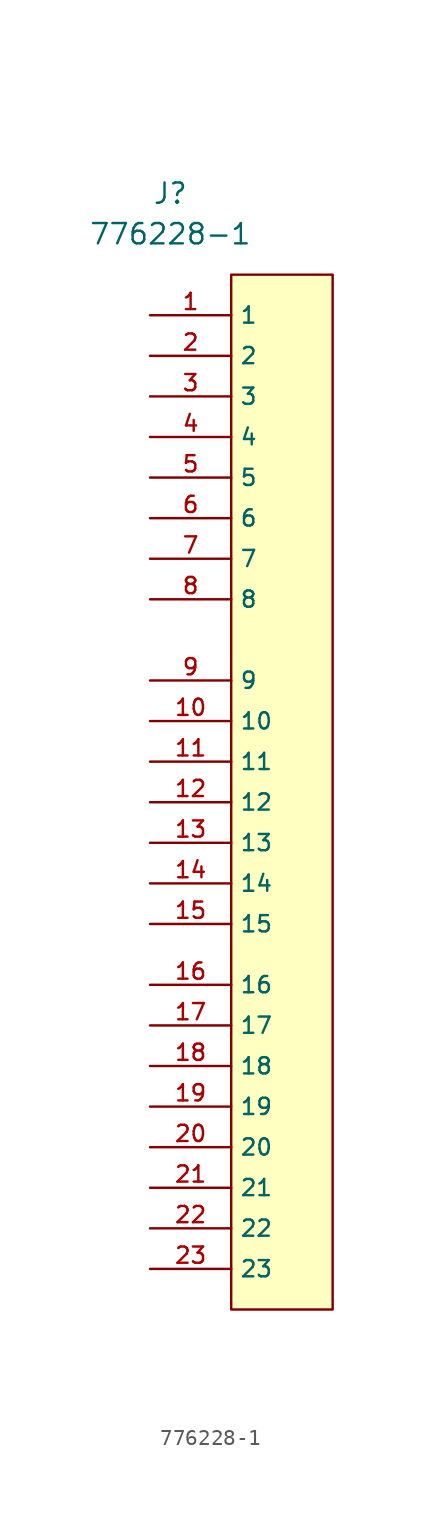
<source format=kicad_sym>
(kicad_symbol_lib
  (version 20220914)
  (generator kicad_symbol_editor)
  (symbol "776228-1"
    (property "Reference" "J"
      (at 1.27 7.62 0)
      (effects (font (size 1.27 1.27))))
    (property "Value" "776228-1"
      (at 1.27 5.08 0)
      (effects (font (size 1.27 1.27))))
    (symbol "776228-1_1_0"
      (pin passive line (at 0 0 0) (length 5.08) (name "1" (effects (font (size 1.016 1.016)))) (number "1" (effects (font (size 1.016 1.016)))))
      (pin passive line (at 0 -25.4 0) (length 5.08) (name "10" (effects (font (size 1.016 1.016)))) (number "10" (effects (font (size 1.016 1.016)))))
      (pin passive line (at 0 -27.94 0) (length 5.08) (name "11" (effects (font (size 1.016 1.016)))) (number "11" (effects (font (size 1.016 1.016)))))
      (pin passive line (at 0 -30.48 0) (length 5.08) (name "12" (effects (font (size 1.016 1.016)))) (number "12" (effects (font (size 1.016 1.016)))))
      (pin passive line (at 0 -33.02 0) (length 5.08) (name "13" (effects (font (size 1.016 1.016)))) (number "13" (effects (font (size 1.016 1.016)))))
      (pin passive line (at 0 -35.56 0) (length 5.08) (name "14" (effects (font (size 1.016 1.016)))) (number "14" (effects (font (size 1.016 1.016)))))
      (pin passive line (at 0 -38.1 0) (length 5.08) (name "15" (effects (font (size 1.016 1.016)))) (number "15" (effects (font (size 1.016 1.016)))))
      (pin passive line (at 0 -41.91 0) (length 5.08) (name "16" (effects (font (size 1.016 1.016)))) (number "16" (effects (font (size 1.016 1.016)))))
      (pin passive line (at 0 -44.45 0) (length 5.08) (name "17" (effects (font (size 1.016 1.016)))) (number "17" (effects (font (size 1.016 1.016)))))
      (pin passive line (at 0 -46.99 0) (length 5.08) (name "18" (effects (font (size 1.016 1.016)))) (number "18" (effects (font (size 1.016 1.016)))))
      (pin passive line (at 0 -49.53 0) (length 5.08) (name "19" (effects (font (size 1.016 1.016)))) (number "19" (effects (font (size 1.016 1.016)))))
      (pin passive line (at 0 -2.54 0) (length 5.08) (name "2" (effects (font (size 1.016 1.016)))) (number "2" (effects (font (size 1.016 1.016)))))
      (pin passive line (at 0 -52.07 0) (length 5.08) (name "20" (effects (font (size 1.016 1.016)))) (number "20" (effects (font (size 1.016 1.016)))))
      (pin passive line (at 0 -54.61 0) (length 5.08) (name "21" (effects (font (size 1.016 1.016)))) (number "21" (effects (font (size 1.016 1.016)))))
      (pin passive line (at 0 -57.15 0) (length 5.08) (name "22" (effects (font (size 1.016 1.016)))) (number "22" (effects (font (size 1.016 1.016)))))
      (pin passive line (at 0 -59.69 0) (length 5.08) (name "23" (effects (font (size 1.016 1.016)))) (number "23" (effects (font (size 1.016 1.016)))))
      (pin passive line (at 0 -5.08 0) (length 5.08) (name "3" (effects (font (size 1.016 1.016)))) (number "3" (effects (font (size 1.016 1.016)))))
      (pin passive line (at 0 -7.62 0) (length 5.08) (name "4" (effects (font (size 1.016 1.016)))) (number "4" (effects (font (size 1.016 1.016)))))
      (pin passive line (at 0 -10.16 0) (length 5.08) (name "5" (effects (font (size 1.016 1.016)))) (number "5" (effects (font (size 1.016 1.016)))))
      (pin passive line (at 0 -12.7 0) (length 5.08) (name "6" (effects (font (size 1.016 1.016)))) (number "6" (effects (font (size 1.016 1.016)))))
      (pin passive line (at 0 -15.24 0) (length 5.08) (name "7" (effects (font (size 1.016 1.016)))) (number "7" (effects (font (size 1.016 1.016)))))
      (pin passive line (at 0 -17.78 0) (length 5.08) (name "8" (effects (font (size 1.016 1.016)))) (number "8" (effects (font (size 1.016 1.016)))))
      (pin passive line (at 0 -22.86 0) (length 5.08) (name "9" (effects (font (size 1.016 1.016)))) (number "9" (effects (font (size 1.016 1.016))))))
    (symbol "776228-1_1_1"
      (rectangle (start 5.08 2.54) (end 11.43 -62.23) (stroke (width 0) (type default)) (fill (type background))))))
</source>
